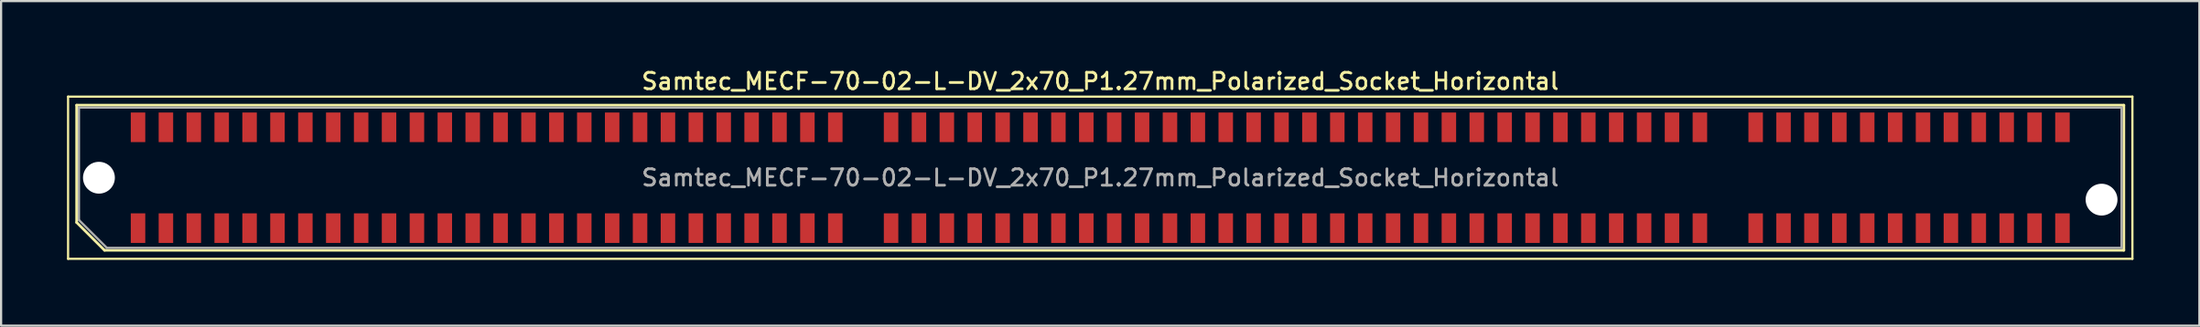
<source format=kicad_pcb>
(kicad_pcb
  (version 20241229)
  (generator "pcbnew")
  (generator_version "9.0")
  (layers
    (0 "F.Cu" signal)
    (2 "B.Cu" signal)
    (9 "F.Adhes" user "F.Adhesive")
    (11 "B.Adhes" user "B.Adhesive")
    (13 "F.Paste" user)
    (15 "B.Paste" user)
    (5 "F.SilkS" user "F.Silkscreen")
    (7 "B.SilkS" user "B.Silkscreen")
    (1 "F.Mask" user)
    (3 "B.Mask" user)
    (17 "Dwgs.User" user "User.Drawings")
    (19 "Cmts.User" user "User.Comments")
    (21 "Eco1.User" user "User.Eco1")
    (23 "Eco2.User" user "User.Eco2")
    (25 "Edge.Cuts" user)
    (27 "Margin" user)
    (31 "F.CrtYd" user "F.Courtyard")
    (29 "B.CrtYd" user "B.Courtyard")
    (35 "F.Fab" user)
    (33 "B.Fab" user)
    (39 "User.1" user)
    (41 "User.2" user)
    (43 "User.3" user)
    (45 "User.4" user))
  (footprint "Samtec_MECF-70-02-L-DV_2x70_P1.27mm_Polarized_Socket_Horizontal"
    (layer "F.Cu")
    (at 47.05 5.058)
    (property "Reference" "Samtec_MECF-70-02-L-DV_2x70_P1.27mm_Polarized_Socket_Horizontal" (at 0 -4.4 0) (layer "F.SilkS") (effects (font (size 0.75 0.75) (thickness 0.125))))
    (attr smd)
    (fp_line (start -47 -3.7) (end -47 3.7) (stroke (width 0.1) (type solid)) (layer "F.SilkS"))
    (fp_line (start -47 3.7) (end 47 3.7) (stroke (width 0.1) (type solid)) (layer "F.SilkS"))
    (fp_line (start -46.61 -3.31) (end 46.61 -3.31) (stroke (width 0.12) (type solid)) (layer "F.SilkS"))
    (fp_line (start -46.61 2.04) (end -46.61 -3.31) (stroke (width 0.12) (type solid)) (layer "F.SilkS"))
    (fp_line (start -45.34 3.31) (end -46.61 2.04) (stroke (width 0.12) (type solid)) (layer "F.SilkS"))
    (fp_line (start -45.34 3.31) (end 46.61 3.31) (stroke (width 0.12) (type solid)) (layer "F.SilkS"))
    (fp_line (start 46.61 3.31) (end 46.61 -3.31) (stroke (width 0.12) (type solid)) (layer "F.SilkS"))
    (fp_line (start 47 -3.7) (end -47 -3.7) (stroke (width 0.1) (type solid)) (layer "F.SilkS"))
    (fp_line (start 47 3.7) (end 47 -3.7) (stroke (width 0.1) (type solid)) (layer "F.SilkS"))
    (fp_line (start -46.505 -3.2) (end 46.505 -3.2) (stroke (width 0.1) (type solid)) (layer "F.Fab"))
    (fp_line (start -46.505 1.93) (end -46.505 -3.2) (stroke (width 0.1) (type solid)) (layer "F.Fab"))
    (fp_line (start -46.505 1.93) (end -45.235 3.2) (stroke (width 0.1) (type solid)) (layer "F.Fab"))
    (fp_line (start -45.235 3.2) (end 46.505 3.2) (stroke (width 0.1) (type solid)) (layer "F.Fab"))
    (fp_line (start 46.505 3.2) (end 46.505 -3.2) (stroke (width 0.1) (type solid)) (layer "F.Fab"))
    (fp_text user "${REFERENCE}" (at 0 0 0) (layer "F.Fab") (effects (font (size 0.75 0.75) (thickness 0.125))))
    (pad "" np_thru_hole circle (at -45.595 0) (size 1.45 1.45) (drill 1.45) (layers "*.Cu" "*.Mask"))
    (pad "" np_thru_hole circle (at 45.595 1) (size 1.45 1.45) (drill 1.45) (layers "*.Cu" "*.Mask"))
    (pad "1" smd rect (at -43.815 2.3) (size 0.66 1.35) (layers "F.Cu" "F.Mask" "F.Paste"))
    (pad "2" smd rect (at -43.815 -2.3) (size 0.66 1.35) (layers "F.Cu" "F.Mask" "F.Paste"))
    (pad "3" smd rect (at -42.545 2.3) (size 0.66 1.35) (layers "F.Cu" "F.Mask" "F.Paste"))
    (pad "4" smd rect (at -42.545 -2.3) (size 0.66 1.35) (layers "F.Cu" "F.Mask" "F.Paste"))
    (pad "5" smd rect (at -41.275 2.3) (size 0.66 1.35) (layers "F.Cu" "F.Mask" "F.Paste"))
    (pad "6" smd rect (at -41.275 -2.3) (size 0.66 1.35) (layers "F.Cu" "F.Mask" "F.Paste"))
    (pad "7" smd rect (at -40.005 2.3) (size 0.66 1.35) (layers "F.Cu" "F.Mask" "F.Paste"))
    (pad "8" smd rect (at -40.005 -2.3) (size 0.66 1.35) (layers "F.Cu" "F.Mask" "F.Paste"))
    (pad "9" smd rect (at -38.735 2.3) (size 0.66 1.35) (layers "F.Cu" "F.Mask" "F.Paste"))
    (pad "10" smd rect (at -38.735 -2.3) (size 0.66 1.35) (layers "F.Cu" "F.Mask" "F.Paste"))
    (pad "11" smd rect (at -37.465 2.3) (size 0.66 1.35) (layers "F.Cu" "F.Mask" "F.Paste"))
    (pad "12" smd rect (at -37.465 -2.3) (size 0.66 1.35) (layers "F.Cu" "F.Mask" "F.Paste"))
    (pad "13" smd rect (at -36.195 2.3) (size 0.66 1.35) (layers "F.Cu" "F.Mask" "F.Paste"))
    (pad "14" smd rect (at -36.195 -2.3) (size 0.66 1.35) (layers "F.Cu" "F.Mask" "F.Paste"))
    (pad "15" smd rect (at -34.925 2.3) (size 0.66 1.35) (layers "F.Cu" "F.Mask" "F.Paste"))
    (pad "16" smd rect (at -34.925 -2.3) (size 0.66 1.35) (layers "F.Cu" "F.Mask" "F.Paste"))
    (pad "17" smd rect (at -33.655 2.3) (size 0.66 1.35) (layers "F.Cu" "F.Mask" "F.Paste"))
    (pad "18" smd rect (at -33.655 -2.3) (size 0.66 1.35) (layers "F.Cu" "F.Mask" "F.Paste"))
    (pad "19" smd rect (at -32.385 2.3) (size 0.66 1.35) (layers "F.Cu" "F.Mask" "F.Paste"))
    (pad "20" smd rect (at -32.385 -2.3) (size 0.66 1.35) (layers "F.Cu" "F.Mask" "F.Paste"))
    (pad "21" smd rect (at -31.115 2.3) (size 0.66 1.35) (layers "F.Cu" "F.Mask" "F.Paste"))
    (pad "22" smd rect (at -31.115 -2.3) (size 0.66 1.35) (layers "F.Cu" "F.Mask" "F.Paste"))
    (pad "23" smd rect (at -29.845 2.3) (size 0.66 1.35) (layers "F.Cu" "F.Mask" "F.Paste"))
    (pad "24" smd rect (at -29.845 -2.3) (size 0.66 1.35) (layers "F.Cu" "F.Mask" "F.Paste"))
    (pad "25" smd rect (at -28.575 2.3) (size 0.66 1.35) (layers "F.Cu" "F.Mask" "F.Paste"))
    (pad "26" smd rect (at -28.575 -2.3) (size 0.66 1.35) (layers "F.Cu" "F.Mask" "F.Paste"))
    (pad "27" smd rect (at -27.305 2.3) (size 0.66 1.35) (layers "F.Cu" "F.Mask" "F.Paste"))
    (pad "28" smd rect (at -27.305 -2.3) (size 0.66 1.35) (layers "F.Cu" "F.Mask" "F.Paste"))
    (pad "29" smd rect (at -26.035 2.3) (size 0.66 1.35) (layers "F.Cu" "F.Mask" "F.Paste"))
    (pad "30" smd rect (at -26.035 -2.3) (size 0.66 1.35) (layers "F.Cu" "F.Mask" "F.Paste"))
    (pad "31" smd rect (at -24.765 2.3) (size 0.66 1.35) (layers "F.Cu" "F.Mask" "F.Paste"))
    (pad "32" smd rect (at -24.765 -2.3) (size 0.66 1.35) (layers "F.Cu" "F.Mask" "F.Paste"))
    (pad "33" smd rect (at -23.495 2.3) (size 0.66 1.35) (layers "F.Cu" "F.Mask" "F.Paste"))
    (pad "34" smd rect (at -23.495 -2.3) (size 0.66 1.35) (layers "F.Cu" "F.Mask" "F.Paste"))
    (pad "35" smd rect (at -22.225 2.3) (size 0.66 1.35) (layers "F.Cu" "F.Mask" "F.Paste"))
    (pad "36" smd rect (at -22.225 -2.3) (size 0.66 1.35) (layers "F.Cu" "F.Mask" "F.Paste"))
    (pad "37" smd rect (at -20.955 2.3) (size 0.66 1.35) (layers "F.Cu" "F.Mask" "F.Paste"))
    (pad "38" smd rect (at -20.955 -2.3) (size 0.66 1.35) (layers "F.Cu" "F.Mask" "F.Paste"))
    (pad "39" smd rect (at -19.685 2.3) (size 0.66 1.35) (layers "F.Cu" "F.Mask" "F.Paste"))
    (pad "40" smd rect (at -19.685 -2.3) (size 0.66 1.35) (layers "F.Cu" "F.Mask" "F.Paste"))
    (pad "41" smd rect (at -18.415 2.3) (size 0.66 1.35) (layers "F.Cu" "F.Mask" "F.Paste"))
    (pad "42" smd rect (at -18.415 -2.3) (size 0.66 1.35) (layers "F.Cu" "F.Mask" "F.Paste"))
    (pad "43" smd rect (at -17.145 2.3) (size 0.66 1.35) (layers "F.Cu" "F.Mask" "F.Paste"))
    (pad "44" smd rect (at -17.145 -2.3) (size 0.66 1.35) (layers "F.Cu" "F.Mask" "F.Paste"))
    (pad "45" smd rect (at -15.875 2.3) (size 0.66 1.35) (layers "F.Cu" "F.Mask" "F.Paste"))
    (pad "46" smd rect (at -15.875 -2.3) (size 0.66 1.35) (layers "F.Cu" "F.Mask" "F.Paste"))
    (pad "47" smd rect (at -14.605 2.3) (size 0.66 1.35) (layers "F.Cu" "F.Mask" "F.Paste"))
    (pad "48" smd rect (at -14.605 -2.3) (size 0.66 1.35) (layers "F.Cu" "F.Mask" "F.Paste"))
    (pad "49" smd rect (at -13.335 2.3) (size 0.66 1.35) (layers "F.Cu" "F.Mask" "F.Paste"))
    (pad "50" smd rect (at -13.335 -2.3) (size 0.66 1.35) (layers "F.Cu" "F.Mask" "F.Paste"))
    (pad "51" smd rect (at -12.065 2.3) (size 0.66 1.35) (layers "F.Cu" "F.Mask" "F.Paste"))
    (pad "52" smd rect (at -12.065 -2.3) (size 0.66 1.35) (layers "F.Cu" "F.Mask" "F.Paste"))
    (pad "55" smd rect (at -9.525 2.3) (size 0.66 1.35) (layers "F.Cu" "F.Mask" "F.Paste"))
    (pad "56" smd rect (at -9.525 -2.3) (size 0.66 1.35) (layers "F.Cu" "F.Mask" "F.Paste"))
    (pad "57" smd rect (at -8.255 2.3) (size 0.66 1.35) (layers "F.Cu" "F.Mask" "F.Paste"))
    (pad "58" smd rect (at -8.255 -2.3) (size 0.66 1.35) (layers "F.Cu" "F.Mask" "F.Paste"))
    (pad "59" smd rect (at -6.985 2.3) (size 0.66 1.35) (layers "F.Cu" "F.Mask" "F.Paste"))
    (pad "60" smd rect (at -6.985 -2.3) (size 0.66 1.35) (layers "F.Cu" "F.Mask" "F.Paste"))
    (pad "61" smd rect (at -5.715 2.3) (size 0.66 1.35) (layers "F.Cu" "F.Mask" "F.Paste"))
    (pad "62" smd rect (at -5.715 -2.3) (size 0.66 1.35) (layers "F.Cu" "F.Mask" "F.Paste"))
    (pad "63" smd rect (at -4.445 2.3) (size 0.66 1.35) (layers "F.Cu" "F.Mask" "F.Paste"))
    (pad "64" smd rect (at -4.445 -2.3) (size 0.66 1.35) (layers "F.Cu" "F.Mask" "F.Paste"))
    (pad "65" smd rect (at -3.175 2.3) (size 0.66 1.35) (layers "F.Cu" "F.Mask" "F.Paste"))
    (pad "66" smd rect (at -3.175 -2.3) (size 0.66 1.35) (layers "F.Cu" "F.Mask" "F.Paste"))
    (pad "67" smd rect (at -1.905 2.3) (size 0.66 1.35) (layers "F.Cu" "F.Mask" "F.Paste"))
    (pad "68" smd rect (at -1.905 -2.3) (size 0.66 1.35) (layers "F.Cu" "F.Mask" "F.Paste"))
    (pad "69" smd rect (at -0.635 2.3) (size 0.66 1.35) (layers "F.Cu" "F.Mask" "F.Paste"))
    (pad "70" smd rect (at -0.635 -2.3) (size 0.66 1.35) (layers "F.Cu" "F.Mask" "F.Paste"))
    (pad "71" smd rect (at 0.635 2.3) (size 0.66 1.35) (layers "F.Cu" "F.Mask" "F.Paste"))
    (pad "72" smd rect (at 0.635 -2.3) (size 0.66 1.35) (layers "F.Cu" "F.Mask" "F.Paste"))
    (pad "73" smd rect (at 1.905 2.3) (size 0.66 1.35) (layers "F.Cu" "F.Mask" "F.Paste"))
    (pad "74" smd rect (at 1.905 -2.3) (size 0.66 1.35) (layers "F.Cu" "F.Mask" "F.Paste"))
    (pad "75" smd rect (at 3.175 2.3) (size 0.66 1.35) (layers "F.Cu" "F.Mask" "F.Paste"))
    (pad "76" smd rect (at 3.175 -2.3) (size 0.66 1.35) (layers "F.Cu" "F.Mask" "F.Paste"))
    (pad "77" smd rect (at 4.445 2.3) (size 0.66 1.35) (layers "F.Cu" "F.Mask" "F.Paste"))
    (pad "78" smd rect (at 4.445 -2.3) (size 0.66 1.35) (layers "F.Cu" "F.Mask" "F.Paste"))
    (pad "79" smd rect (at 5.715 2.3) (size 0.66 1.35) (layers "F.Cu" "F.Mask" "F.Paste"))
    (pad "80" smd rect (at 5.715 -2.3) (size 0.66 1.35) (layers "F.Cu" "F.Mask" "F.Paste"))
    (pad "81" smd rect (at 6.985 2.3) (size 0.66 1.35) (layers "F.Cu" "F.Mask" "F.Paste"))
    (pad "82" smd rect (at 6.985 -2.3) (size 0.66 1.35) (layers "F.Cu" "F.Mask" "F.Paste"))
    (pad "83" smd rect (at 8.255 2.3) (size 0.66 1.35) (layers "F.Cu" "F.Mask" "F.Paste"))
    (pad "84" smd rect (at 8.255 -2.3) (size 0.66 1.35) (layers "F.Cu" "F.Mask" "F.Paste"))
    (pad "85" smd rect (at 9.525 2.3) (size 0.66 1.35) (layers "F.Cu" "F.Mask" "F.Paste"))
    (pad "86" smd rect (at 9.525 -2.3) (size 0.66 1.35) (layers "F.Cu" "F.Mask" "F.Paste"))
    (pad "87" smd rect (at 10.795 2.3) (size 0.66 1.35) (layers "F.Cu" "F.Mask" "F.Paste"))
    (pad "88" smd rect (at 10.795 -2.3) (size 0.66 1.35) (layers "F.Cu" "F.Mask" "F.Paste"))
    (pad "89" smd rect (at 12.065 2.3) (size 0.66 1.35) (layers "F.Cu" "F.Mask" "F.Paste"))
    (pad "90" smd rect (at 12.065 -2.3) (size 0.66 1.35) (layers "F.Cu" "F.Mask" "F.Paste"))
    (pad "91" smd rect (at 13.335 2.3) (size 0.66 1.35) (layers "F.Cu" "F.Mask" "F.Paste"))
    (pad "92" smd rect (at 13.335 -2.3) (size 0.66 1.35) (layers "F.Cu" "F.Mask" "F.Paste"))
    (pad "93" smd rect (at 14.605 2.3) (size 0.66 1.35) (layers "F.Cu" "F.Mask" "F.Paste"))
    (pad "94" smd rect (at 14.605 -2.3) (size 0.66 1.35) (layers "F.Cu" "F.Mask" "F.Paste"))
    (pad "95" smd rect (at 15.875 2.3) (size 0.66 1.35) (layers "F.Cu" "F.Mask" "F.Paste"))
    (pad "96" smd rect (at 15.875 -2.3) (size 0.66 1.35) (layers "F.Cu" "F.Mask" "F.Paste"))
    (pad "97" smd rect (at 17.145 2.3) (size 0.66 1.35) (layers "F.Cu" "F.Mask" "F.Paste"))
    (pad "98" smd rect (at 17.145 -2.3) (size 0.66 1.35) (layers "F.Cu" "F.Mask" "F.Paste"))
    (pad "99" smd rect (at 18.415 2.3) (size 0.66 1.35) (layers "F.Cu" "F.Mask" "F.Paste"))
    (pad "100" smd rect (at 18.415 -2.3) (size 0.66 1.35) (layers "F.Cu" "F.Mask" "F.Paste"))
    (pad "101" smd rect (at 19.685 2.3) (size 0.66 1.35) (layers "F.Cu" "F.Mask" "F.Paste"))
    (pad "102" smd rect (at 19.685 -2.3) (size 0.66 1.35) (layers "F.Cu" "F.Mask" "F.Paste"))
    (pad "103" smd rect (at 20.955 2.3) (size 0.66 1.35) (layers "F.Cu" "F.Mask" "F.Paste"))
    (pad "104" smd rect (at 20.955 -2.3) (size 0.66 1.35) (layers "F.Cu" "F.Mask" "F.Paste"))
    (pad "105" smd rect (at 22.225 2.3) (size 0.66 1.35) (layers "F.Cu" "F.Mask" "F.Paste"))
    (pad "106" smd rect (at 22.225 -2.3) (size 0.66 1.35) (layers "F.Cu" "F.Mask" "F.Paste"))
    (pad "107" smd rect (at 23.495 2.3) (size 0.66 1.35) (layers "F.Cu" "F.Mask" "F.Paste"))
    (pad "108" smd rect (at 23.495 -2.3) (size 0.66 1.35) (layers "F.Cu" "F.Mask" "F.Paste"))
    (pad "109" smd rect (at 24.765 2.3) (size 0.66 1.35) (layers "F.Cu" "F.Mask" "F.Paste"))
    (pad "110" smd rect (at 24.765 -2.3) (size 0.66 1.35) (layers "F.Cu" "F.Mask" "F.Paste"))
    (pad "111" smd rect (at 26.035 2.3) (size 0.66 1.35) (layers "F.Cu" "F.Mask" "F.Paste"))
    (pad "112" smd rect (at 26.035 -2.3) (size 0.66 1.35) (layers "F.Cu" "F.Mask" "F.Paste"))
    (pad "113" smd rect (at 27.305 2.3) (size 0.66 1.35) (layers "F.Cu" "F.Mask" "F.Paste"))
    (pad "114" smd rect (at 27.305 -2.3) (size 0.66 1.35) (layers "F.Cu" "F.Mask" "F.Paste"))
    (pad "117" smd rect (at 29.845 2.3) (size 0.66 1.35) (layers "F.Cu" "F.Mask" "F.Paste"))
    (pad "118" smd rect (at 29.845 -2.3) (size 0.66 1.35) (layers "F.Cu" "F.Mask" "F.Paste"))
    (pad "119" smd rect (at 31.115 2.3) (size 0.66 1.35) (layers "F.Cu" "F.Mask" "F.Paste"))
    (pad "120" smd rect (at 31.115 -2.3) (size 0.66 1.35) (layers "F.Cu" "F.Mask" "F.Paste"))
    (pad "121" smd rect (at 32.385 2.3) (size 0.66 1.35) (layers "F.Cu" "F.Mask" "F.Paste"))
    (pad "122" smd rect (at 32.385 -2.3) (size 0.66 1.35) (layers "F.Cu" "F.Mask" "F.Paste"))
    (pad "123" smd rect (at 33.655 2.3) (size 0.66 1.35) (layers "F.Cu" "F.Mask" "F.Paste"))
    (pad "124" smd rect (at 33.655 -2.3) (size 0.66 1.35) (layers "F.Cu" "F.Mask" "F.Paste"))
    (pad "125" smd rect (at 34.925 2.3) (size 0.66 1.35) (layers "F.Cu" "F.Mask" "F.Paste"))
    (pad "126" smd rect (at 34.925 -2.3) (size 0.66 1.35) (layers "F.Cu" "F.Mask" "F.Paste"))
    (pad "127" smd rect (at 36.195 2.3) (size 0.66 1.35) (layers "F.Cu" "F.Mask" "F.Paste"))
    (pad "128" smd rect (at 36.195 -2.3) (size 0.66 1.35) (layers "F.Cu" "F.Mask" "F.Paste"))
    (pad "129" smd rect (at 37.465 2.3) (size 0.66 1.35) (layers "F.Cu" "F.Mask" "F.Paste"))
    (pad "130" smd rect (at 37.465 -2.3) (size 0.66 1.35) (layers "F.Cu" "F.Mask" "F.Paste"))
    (pad "131" smd rect (at 38.735 2.3) (size 0.66 1.35) (layers "F.Cu" "F.Mask" "F.Paste"))
    (pad "132" smd rect (at 38.735 -2.3) (size 0.66 1.35) (layers "F.Cu" "F.Mask" "F.Paste"))
    (pad "133" smd rect (at 40.005 2.3) (size 0.66 1.35) (layers "F.Cu" "F.Mask" "F.Paste"))
    (pad "134" smd rect (at 40.005 -2.3) (size 0.66 1.35) (layers "F.Cu" "F.Mask" "F.Paste"))
    (pad "135" smd rect (at 41.275 2.3) (size 0.66 1.35) (layers "F.Cu" "F.Mask" "F.Paste"))
    (pad "136" smd rect (at 41.275 -2.3) (size 0.66 1.35) (layers "F.Cu" "F.Mask" "F.Paste"))
    (pad "137" smd rect (at 42.545 2.3) (size 0.66 1.35) (layers "F.Cu" "F.Mask" "F.Paste"))
    (pad "138" smd rect (at 42.545 -2.3) (size 0.66 1.35) (layers "F.Cu" "F.Mask" "F.Paste"))
    (pad "139" smd rect (at 43.815 2.3) (size 0.66 1.35) (layers "F.Cu" "F.Mask" "F.Paste"))
    (pad "140" smd rect (at 43.815 -2.3) (size 0.66 1.35) (layers "F.Cu" "F.Mask" "F.Paste")))
  (gr_rect
    (start -3 -3)
    (end 97.1 11.808)
    (stroke (width 0.1) (type default))
    (fill no)
    (layer "Edge.Cuts")))
</source>
